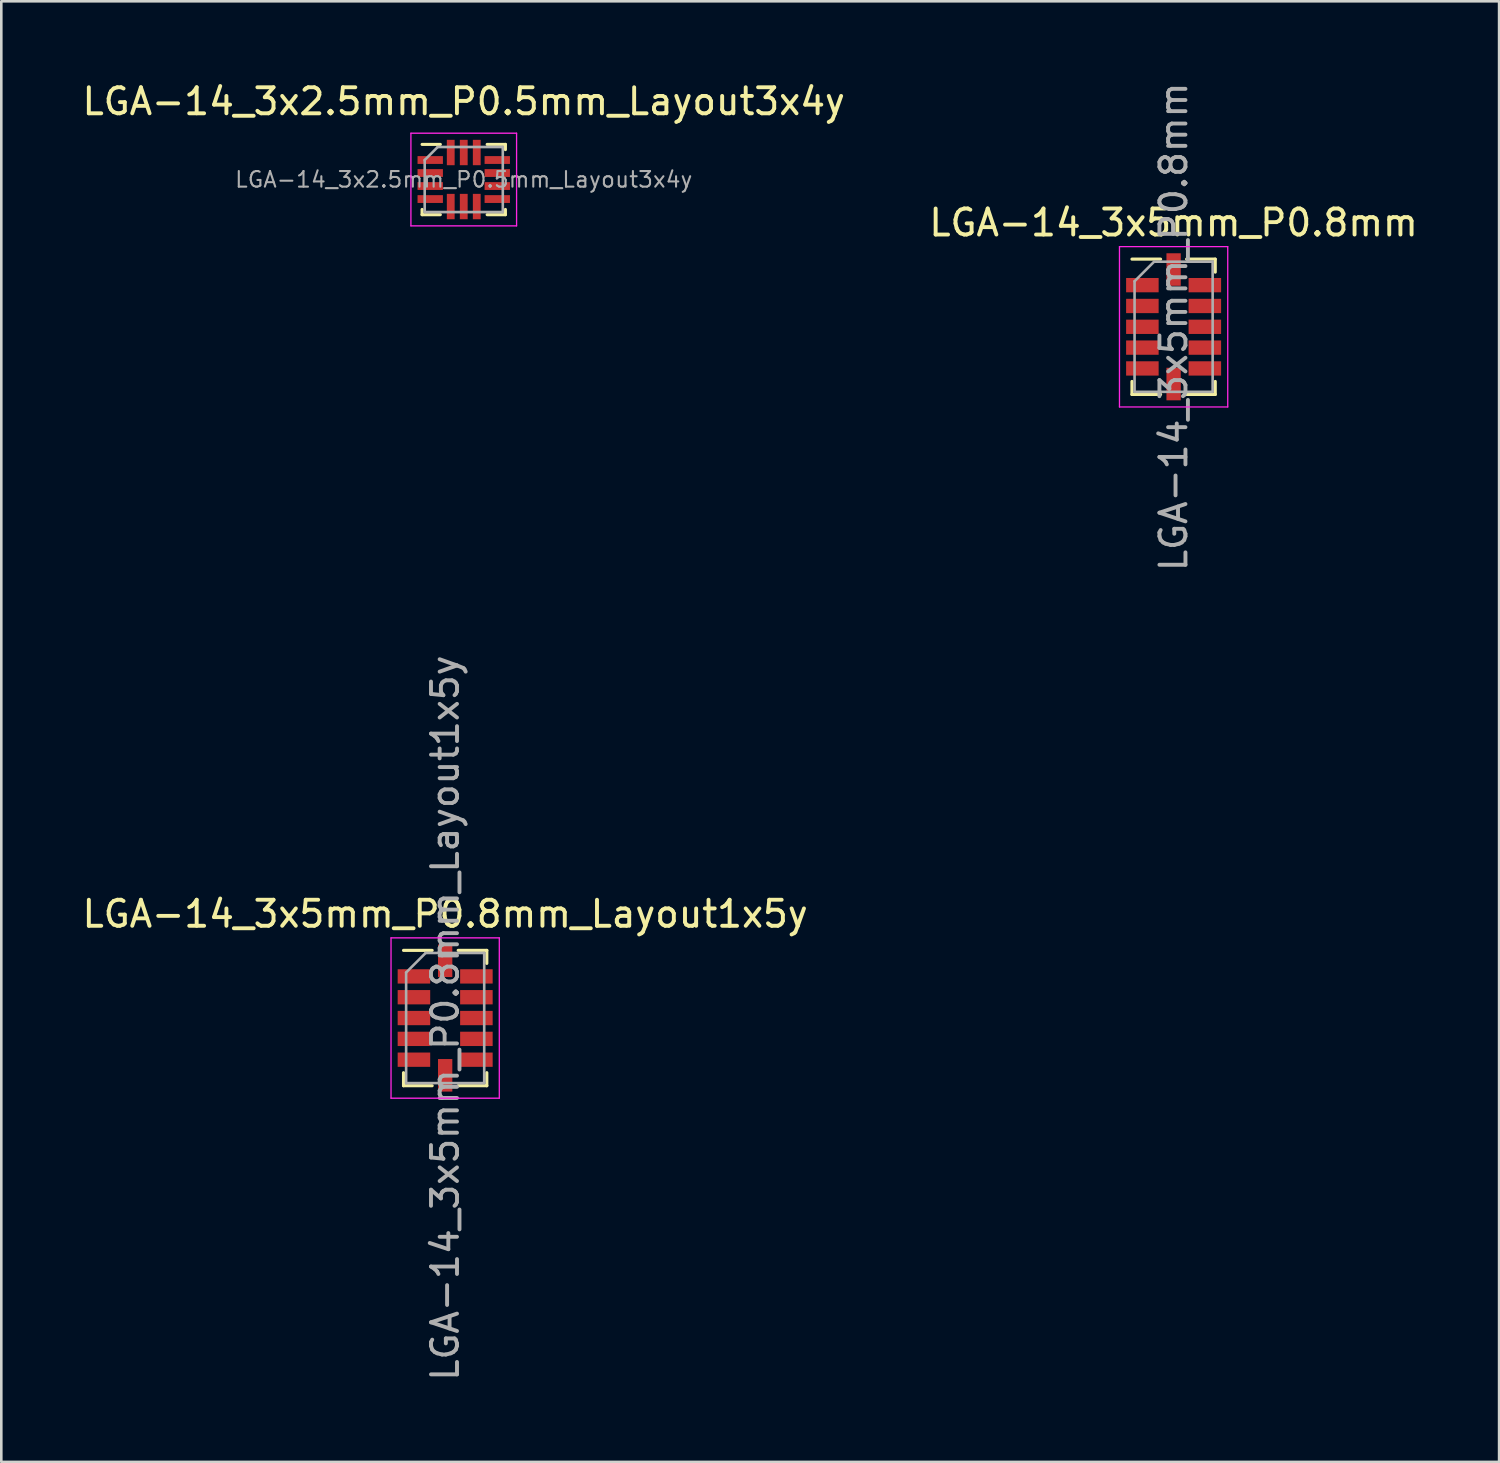
<source format=kicad_pcb>
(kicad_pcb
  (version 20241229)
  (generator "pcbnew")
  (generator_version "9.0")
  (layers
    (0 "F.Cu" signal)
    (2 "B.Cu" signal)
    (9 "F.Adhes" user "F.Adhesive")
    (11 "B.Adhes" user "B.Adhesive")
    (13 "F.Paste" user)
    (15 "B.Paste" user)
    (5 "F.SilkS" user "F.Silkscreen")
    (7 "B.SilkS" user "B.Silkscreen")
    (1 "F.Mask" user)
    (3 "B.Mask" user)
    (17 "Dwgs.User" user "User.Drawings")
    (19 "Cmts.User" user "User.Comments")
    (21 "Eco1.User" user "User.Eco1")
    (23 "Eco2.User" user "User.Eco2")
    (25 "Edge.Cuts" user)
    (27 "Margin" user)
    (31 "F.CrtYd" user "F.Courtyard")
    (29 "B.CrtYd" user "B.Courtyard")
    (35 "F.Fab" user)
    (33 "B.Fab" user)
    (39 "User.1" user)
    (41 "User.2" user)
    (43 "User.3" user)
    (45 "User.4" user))
  (footprint "LGA-14_3x5mm_P0.8mm"
    (layer "F.Cu")
    (at 42.042 9.506)
    (property "Reference" "LGA-14_3x5mm_P0.8mm" (at 0 -4 0) (layer "F.SilkS") (effects (font (size 1 1) (thickness 0.15))))
    (attr smd)
    (fp_line (start -1.6 2.1) (end -1.6 2.6) (stroke (width 0.12) (type solid)) (layer "F.SilkS"))
    (fp_line (start -1.6 2.6) (end -0.5 2.6) (stroke (width 0.12) (type solid)) (layer "F.SilkS"))
    (fp_line (start -0.5 -2.6) (end -1.6 -2.6) (stroke (width 0.12) (type solid)) (layer "F.SilkS"))
    (fp_line (start 1.6 -2.6) (end 0.5 -2.6) (stroke (width 0.12) (type solid)) (layer "F.SilkS"))
    (fp_line (start 1.6 -2.1) (end 1.6 -2.6) (stroke (width 0.12) (type solid)) (layer "F.SilkS"))
    (fp_line (start 1.6 2.1) (end 1.6 2.6) (stroke (width 0.12) (type solid)) (layer "F.SilkS"))
    (fp_line (start 1.6 2.6) (end 0.5 2.6) (stroke (width 0.12) (type solid)) (layer "F.SilkS"))
    (fp_line (start -2.08 -3.08) (end 2.08 -3.08) (stroke (width 0.05) (type solid)) (layer "F.CrtYd"))
    (fp_line (start -2.08 3.08) (end -2.08 -3.08) (stroke (width 0.05) (type solid)) (layer "F.CrtYd"))
    (fp_line (start 2.08 -3.08) (end 2.08 3.08) (stroke (width 0.05) (type solid)) (layer "F.CrtYd"))
    (fp_line (start 2.08 3.08) (end -2.08 3.08) (stroke (width 0.05) (type solid)) (layer "F.CrtYd"))
    (fp_line (start -1.5 2.5) (end -1.5 -1.75) (stroke (width 0.1) (type solid)) (layer "F.Fab"))
    (fp_line (start -0.75 -2.5) (end -1.5 -1.75) (stroke (width 0.1) (type solid)) (layer "F.Fab"))
    (fp_line (start -0.75 -2.5) (end 1.5 -2.5) (stroke (width 0.1) (type solid)) (layer "F.Fab"))
    (fp_line (start 1.5 -2.5) (end 1.5 2.5) (stroke (width 0.1) (type solid)) (layer "F.Fab"))
    (fp_line (start 1.5 2.5) (end -1.5 2.5) (stroke (width 0.1) (type solid)) (layer "F.Fab"))
    (fp_text user "${REFERENCE}" (at 0 0 90) (layer "F.Fab") (effects (font (size 1 1) (thickness 0.15))))
    (pad "1" smd rect (at -1.2 -1.6) (size 1.25 0.55) (layers "F.Cu" "F.Mask" "F.Paste"))
    (pad "2" smd rect (at -1.2 -0.8) (size 1.25 0.55) (layers "F.Cu" "F.Mask" "F.Paste"))
    (pad "3" smd rect (at -1.2 0) (size 1.25 0.55) (layers "F.Cu" "F.Mask" "F.Paste"))
    (pad "4" smd rect (at -1.2 0.8) (size 1.25 0.55) (layers "F.Cu" "F.Mask" "F.Paste"))
    (pad "5" smd rect (at -1.2 1.6) (size 1.25 0.55) (layers "F.Cu" "F.Mask" "F.Paste"))
    (pad "6" smd rect (at 0 2.2 90) (size 1.25 0.55) (layers "F.Cu" "F.Mask" "F.Paste"))
    (pad "7" smd rect (at 1.2 1.6) (size 1.25 0.55) (layers "F.Cu" "F.Mask" "F.Paste"))
    (pad "8" smd rect (at 1.2 0.8) (size 1.25 0.55) (layers "F.Cu" "F.Mask" "F.Paste"))
    (pad "9" smd rect (at 1.2 0) (size 1.25 0.55) (layers "F.Cu" "F.Mask" "F.Paste"))
    (pad "10" smd rect (at 1.2 -0.8) (size 1.25 0.55) (layers "F.Cu" "F.Mask" "F.Paste"))
    (pad "11" smd rect (at 1.2 -1.6) (size 1.25 0.55) (layers "F.Cu" "F.Mask" "F.Paste"))
    (pad "12" smd rect (at 0 -2.2 90) (size 1.25 0.55) (layers "F.Cu" "F.Mask" "F.Paste")))
  (footprint "LGA-14_3x2.5mm_P0.5mm_Layout3x4y"
    (layer "F.Cu")
    (at 14.768 3.848)
    (property "Reference" "LGA-14_3x2.5mm_P0.5mm_Layout3x4y" (at 0 -3 0) (layer "F.SilkS") (effects (font (size 1 1) (thickness 0.15))))
    (attr smd)
    (fp_line (start -1.6 1.15) (end -1.6 1.35) (stroke (width 0.12) (type solid)) (layer "F.SilkS"))
    (fp_line (start -0.9 -1.35) (end -1.6 -1.35) (stroke (width 0.12) (type solid)) (layer "F.SilkS"))
    (fp_line (start -0.9 1.35) (end -1.6 1.35) (stroke (width 0.12) (type solid)) (layer "F.SilkS"))
    (fp_line (start 0.9 -1.35) (end 1.6 -1.35) (stroke (width 0.12) (type solid)) (layer "F.SilkS"))
    (fp_line (start 0.9 1.35) (end 1.6 1.35) (stroke (width 0.12) (type solid)) (layer "F.SilkS"))
    (fp_line (start 1.6 -1.35) (end 1.6 -1.15) (stroke (width 0.12) (type solid)) (layer "F.SilkS"))
    (fp_line (start 1.6 1.35) (end 1.6 1.15) (stroke (width 0.12) (type solid)) (layer "F.SilkS"))
    (fp_line (start -2.03 -1.78) (end 2.03 -1.78) (stroke (width 0.05) (type solid)) (layer "F.CrtYd"))
    (fp_line (start -2.03 1.78) (end -2.03 -1.78) (stroke (width 0.05) (type solid)) (layer "F.CrtYd"))
    (fp_line (start 2.03 -1.78) (end 2.03 1.78) (stroke (width 0.05) (type solid)) (layer "F.CrtYd"))
    (fp_line (start 2.03 1.78) (end -2.03 1.78) (stroke (width 0.05) (type solid)) (layer "F.CrtYd"))
    (fp_line (start -1.5 -0.75) (end -1 -1.25) (stroke (width 0.1) (type solid)) (layer "F.Fab"))
    (fp_line (start -1.5 1.25) (end -1.5 -0.75) (stroke (width 0.1) (type solid)) (layer "F.Fab"))
    (fp_line (start -1 -1.25) (end 1.5 -1.25) (stroke (width 0.1) (type solid)) (layer "F.Fab"))
    (fp_line (start 1.5 -1.25) (end 1.5 1.25) (stroke (width 0.1) (type solid)) (layer "F.Fab"))
    (fp_line (start 1.5 1.25) (end -1.5 1.25) (stroke (width 0.1) (type solid)) (layer "F.Fab"))
    (fp_text user "${REFERENCE}" (at 0 0 0) (layer "F.Fab") (effects (font (size 0.6 0.6) (thickness 0.08))))
    (pad "1" smd rect (at -1.288 -0.75) (size 0.975 0.3) (layers "F.Cu" "F.Mask" "F.Paste"))
    (pad "2" smd rect (at -1.288 -0.25) (size 0.975 0.3) (layers "F.Cu" "F.Mask" "F.Paste"))
    (pad "3" smd rect (at -1.288 0.25) (size 0.975 0.3) (layers "F.Cu" "F.Mask" "F.Paste"))
    (pad "4" smd rect (at -1.288 0.75) (size 0.975 0.3) (layers "F.Cu" "F.Mask" "F.Paste"))
    (pad "5" smd rect (at -0.5 1.038 90) (size 0.975 0.3) (layers "F.Cu" "F.Mask" "F.Paste"))
    (pad "6" smd rect (at 0 1.038 90) (size 0.975 0.3) (layers "F.Cu" "F.Mask" "F.Paste"))
    (pad "7" smd rect (at 0.5 1.038 90) (size 0.975 0.3) (layers "F.Cu" "F.Mask" "F.Paste"))
    (pad "8" smd rect (at 1.288 0.75) (size 0.975 0.3) (layers "F.Cu" "F.Mask" "F.Paste"))
    (pad "9" smd rect (at 1.288 0.25) (size 0.975 0.3) (layers "F.Cu" "F.Mask" "F.Paste"))
    (pad "10" smd rect (at 1.288 -0.25) (size 0.975 0.3) (layers "F.Cu" "F.Mask" "F.Paste"))
    (pad "11" smd rect (at 1.288 -0.75) (size 0.975 0.3) (layers "F.Cu" "F.Mask" "F.Paste"))
    (pad "12" smd rect (at 0.5 -1.038 90) (size 0.975 0.3) (layers "F.Cu" "F.Mask" "F.Paste"))
    (pad "13" smd rect (at 0 -1.038 90) (size 0.975 0.3) (layers "F.Cu" "F.Mask" "F.Paste"))
    (pad "14" smd rect (at -0.5 -1.038 90) (size 0.975 0.3) (layers "F.Cu" "F.Mask" "F.Paste")))
  (footprint "LGA-14_3x5mm_P0.8mm_Layout1x5y"
    (layer "F.Cu")
    (at 14.054 36.065)
    (property "Reference" "LGA-14_3x5mm_P0.8mm_Layout1x5y" (at 0 -4 0) (layer "F.SilkS") (effects (font (size 1 1) (thickness 0.15))))
    (attr smd)
    (fp_line (start -1.6 2.1) (end -1.6 2.6) (stroke (width 0.12) (type solid)) (layer "F.SilkS"))
    (fp_line (start -1.6 2.6) (end -0.5 2.6) (stroke (width 0.12) (type solid)) (layer "F.SilkS"))
    (fp_line (start -0.5 -2.6) (end -1.6 -2.6) (stroke (width 0.12) (type solid)) (layer "F.SilkS"))
    (fp_line (start 1.6 -2.6) (end 0.5 -2.6) (stroke (width 0.12) (type solid)) (layer "F.SilkS"))
    (fp_line (start 1.6 -2.1) (end 1.6 -2.6) (stroke (width 0.12) (type solid)) (layer "F.SilkS"))
    (fp_line (start 1.6 2.1) (end 1.6 2.6) (stroke (width 0.12) (type solid)) (layer "F.SilkS"))
    (fp_line (start 1.6 2.6) (end 0.5 2.6) (stroke (width 0.12) (type solid)) (layer "F.SilkS"))
    (fp_line (start -2.08 -3.08) (end 2.08 -3.08) (stroke (width 0.05) (type solid)) (layer "F.CrtYd"))
    (fp_line (start -2.08 3.08) (end -2.08 -3.08) (stroke (width 0.05) (type solid)) (layer "F.CrtYd"))
    (fp_line (start 2.08 -3.08) (end 2.08 3.08) (stroke (width 0.05) (type solid)) (layer "F.CrtYd"))
    (fp_line (start 2.08 3.08) (end -2.08 3.08) (stroke (width 0.05) (type solid)) (layer "F.CrtYd"))
    (fp_line (start -1.5 2.5) (end -1.5 -1.75) (stroke (width 0.1) (type solid)) (layer "F.Fab"))
    (fp_line (start -0.75 -2.5) (end -1.5 -1.75) (stroke (width 0.1) (type solid)) (layer "F.Fab"))
    (fp_line (start -0.75 -2.5) (end 1.5 -2.5) (stroke (width 0.1) (type solid)) (layer "F.Fab"))
    (fp_line (start 1.5 -2.5) (end 1.5 2.5) (stroke (width 0.1) (type solid)) (layer "F.Fab"))
    (fp_line (start 1.5 2.5) (end -1.5 2.5) (stroke (width 0.1) (type solid)) (layer "F.Fab"))
    (fp_text user "${REFERENCE}" (at 0 0 90) (layer "F.Fab") (effects (font (size 1 1) (thickness 0.15))))
    (pad "1" smd rect (at -1.2 -1.6) (size 1.25 0.55) (layers "F.Cu" "F.Mask" "F.Paste"))
    (pad "2" smd rect (at -1.2 -0.8) (size 1.25 0.55) (layers "F.Cu" "F.Mask" "F.Paste"))
    (pad "3" smd rect (at -1.2 0) (size 1.25 0.55) (layers "F.Cu" "F.Mask" "F.Paste"))
    (pad "4" smd rect (at -1.2 0.8) (size 1.25 0.55) (layers "F.Cu" "F.Mask" "F.Paste"))
    (pad "5" smd rect (at -1.2 1.6) (size 1.25 0.55) (layers "F.Cu" "F.Mask" "F.Paste"))
    (pad "6" smd rect (at 0 2.2 90) (size 1.25 0.55) (layers "F.Cu" "F.Mask" "F.Paste"))
    (pad "7" smd rect (at 1.2 1.6) (size 1.25 0.55) (layers "F.Cu" "F.Mask" "F.Paste"))
    (pad "8" smd rect (at 1.2 0.8) (size 1.25 0.55) (layers "F.Cu" "F.Mask" "F.Paste"))
    (pad "9" smd rect (at 1.2 0) (size 1.25 0.55) (layers "F.Cu" "F.Mask" "F.Paste"))
    (pad "10" smd rect (at 1.2 -0.8) (size 1.25 0.55) (layers "F.Cu" "F.Mask" "F.Paste"))
    (pad "11" smd rect (at 1.2 -1.6) (size 1.25 0.55) (layers "F.Cu" "F.Mask" "F.Paste"))
    (pad "12" smd rect (at 0 -2.2 90) (size 1.25 0.55) (layers "F.Cu" "F.Mask" "F.Paste")))
  (gr_rect
    (start -3 -3)
    (end 54.548 53.119)
    (stroke (width 0.1) (type default))
    (fill no)
    (layer "Edge.Cuts")))
</source>
